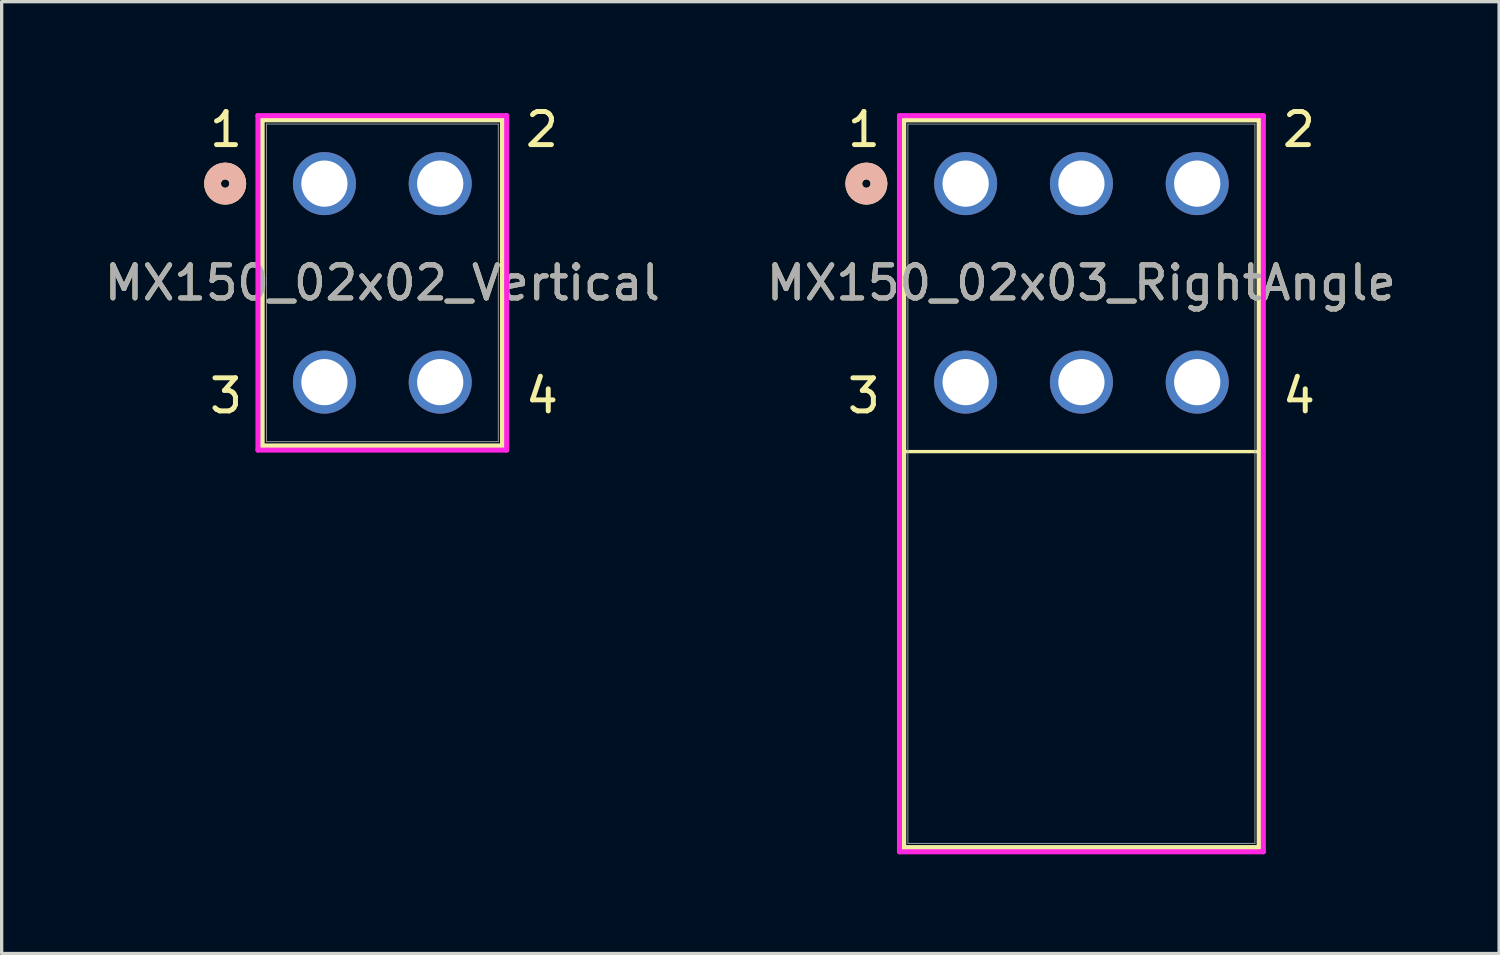
<source format=kicad_pcb>
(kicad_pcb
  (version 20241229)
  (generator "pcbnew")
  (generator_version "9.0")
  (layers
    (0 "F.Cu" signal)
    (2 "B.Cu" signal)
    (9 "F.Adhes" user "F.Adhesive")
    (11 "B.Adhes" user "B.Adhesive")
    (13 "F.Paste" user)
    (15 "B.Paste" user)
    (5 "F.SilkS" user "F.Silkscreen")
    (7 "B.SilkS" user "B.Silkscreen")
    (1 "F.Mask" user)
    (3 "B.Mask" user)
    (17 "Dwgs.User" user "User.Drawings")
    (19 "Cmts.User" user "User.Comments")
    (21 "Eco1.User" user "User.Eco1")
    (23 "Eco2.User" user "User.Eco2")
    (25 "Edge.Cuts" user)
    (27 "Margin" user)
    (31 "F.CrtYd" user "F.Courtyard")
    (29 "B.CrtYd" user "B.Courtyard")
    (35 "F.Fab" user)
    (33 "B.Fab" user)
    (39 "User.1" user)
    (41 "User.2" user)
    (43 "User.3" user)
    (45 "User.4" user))
  (footprint "MX150_02x02_Vertical"
    (layer "F.Cu")
    (at 6.756 2.5)
    (property "Reference" "MX150_02x02_Vertical" (at 1.75 3 0) (unlocked yes) (layer "F.SilkS") (effects (font (size 1 1) (thickness 0.15))))
    (attr through_hole)
    (fp_line (start -1.882 -1.928) (end -1.882 7.928) (stroke (width 0.152) (type solid)) (layer "F.SilkS"))
    (fp_line (start -1.882 7.928) (end 5.382 7.928) (stroke (width 0.152) (type solid)) (layer "F.SilkS"))
    (fp_line (start 5.382 -1.928) (end -1.882 -1.928) (stroke (width 0.152) (type solid)) (layer "F.SilkS"))
    (fp_line (start 5.382 7.928) (end 5.382 -1.928) (stroke (width 0.152) (type solid)) (layer "F.SilkS"))
    (fp_circle (center -3 0) (end -2.619 0) (stroke (width 0.508) (type solid)) (fill no) (layer "F.SilkS"))
    (fp_circle (center -3 0) (end -2.619 0) (stroke (width 0.508) (type solid)) (fill no) (layer "B.SilkS"))
    (fp_line (start -2.009 -2.055) (end -2.009 8.055) (stroke (width 0.152) (type solid)) (layer "F.CrtYd"))
    (fp_line (start -2.009 8.055) (end 5.509 8.055) (stroke (width 0.152) (type solid)) (layer "F.CrtYd"))
    (fp_line (start 5.509 -2.055) (end -2.009 -2.055) (stroke (width 0.152) (type solid)) (layer "F.CrtYd"))
    (fp_line (start 5.509 8.055) (end 5.509 -2.055) (stroke (width 0.152) (type solid)) (layer "F.CrtYd"))
    (fp_line (start -1.755 -1.801) (end -1.755 7.801) (stroke (width 0.025) (type solid)) (layer "F.Fab"))
    (fp_line (start -1.755 7.801) (end 5.255 7.801) (stroke (width 0.025) (type solid)) (layer "F.Fab"))
    (fp_line (start 5.255 -1.801) (end -1.755 -1.801) (stroke (width 0.025) (type solid)) (layer "F.Fab"))
    (fp_line (start 5.255 7.801) (end 5.255 -1.801) (stroke (width 0.025) (type solid)) (layer "F.Fab"))
    (fp_circle (center 0 0) (end 0.381 0) (stroke (width 0.508) (type solid)) (fill no) (layer "F.Fab"))
    (fp_text user "2\n\n\n\n\n4" (at 6 7 0) (unlocked yes) (layer "F.SilkS") (effects (font (size 1 1) (thickness 0.15)) (justify left bottom)))
    (fp_text user "1\n\n\n\n\n3" (at -2.4 7 0) (unlocked yes) (layer "F.SilkS") (effects (font (size 1 1) (thickness 0.15)) (justify right bottom)))
    (fp_text user "${REFERENCE}" (at 1.75 3 0) (unlocked yes) (layer "F.Fab") (effects (font (size 1 1) (thickness 0.15))))
    (pad "1" thru_hole circle (at 0 0) (size 1.905 1.905) (drill 1.397) (layers "*.Cu" "*.Mask"))
    (pad "2" thru_hole circle (at 3.5 0) (size 1.905 1.905) (drill 1.397) (layers "*.Cu" "*.Mask"))
    (pad "3" thru_hole circle (at 0 6) (size 1.905 1.905) (drill 1.397) (layers "*.Cu" "*.Mask"))
    (pad "4" thru_hole circle (at 3.5 6) (size 1.905 1.905) (drill 1.397) (layers "*.Cu" "*.Mask")))
  (footprint "MX150_02x03_RightAngle"
    (layer "F.Cu")
    (at 26.137 2.5)
    (property "Reference" "MX150_02x03_RightAngle" (at 3.5 3 0) (unlocked yes) (layer "F.SilkS") (effects (font (size 1 1) (thickness 0.15))))
    (attr through_hole)
    (fp_line (start -1.872 -1.927) (end -1.872 20.069) (stroke (width 0.152) (type solid)) (layer "F.SilkS"))
    (fp_line (start -1.872 20.069) (end 8.872 20.069) (stroke (width 0.152) (type solid)) (layer "F.SilkS"))
    (fp_line (start 8.872 -1.927) (end -1.872 -1.927) (stroke (width 0.152) (type solid)) (layer "F.SilkS"))
    (fp_line (start 8.872 20.069) (end 8.872 -1.927) (stroke (width 0.152) (type solid)) (layer "F.SilkS"))
    (fp_rect (start -1.872 -1.927) (end 8.877 8.1) (stroke (width 0.1) (type default)) (fill no) (layer "F.SilkS"))
    (fp_circle (center -3 0) (end -2.619 0) (stroke (width 0.508) (type solid)) (fill no) (layer "F.SilkS"))
    (fp_circle (center -3 0) (end -2.619 0) (stroke (width 0.508) (type solid)) (fill no) (layer "B.SilkS"))
    (fp_line (start -1.999 -2.054) (end -1.999 20.196) (stroke (width 0.152) (type solid)) (layer "F.CrtYd"))
    (fp_line (start -1.999 20.196) (end 8.999 20.196) (stroke (width 0.152) (type solid)) (layer "F.CrtYd"))
    (fp_line (start 8.999 -2.054) (end -1.999 -2.054) (stroke (width 0.152) (type solid)) (layer "F.CrtYd"))
    (fp_line (start 8.999 20.196) (end 8.999 -2.054) (stroke (width 0.152) (type solid)) (layer "F.CrtYd"))
    (fp_line (start -1.745 -1.8) (end -1.745 19.942) (stroke (width 0.025) (type solid)) (layer "F.Fab"))
    (fp_line (start -1.745 19.942) (end 8.745 19.942) (stroke (width 0.025) (type solid)) (layer "F.Fab"))
    (fp_line (start 8.745 -1.8) (end -1.745 -1.8) (stroke (width 0.025) (type solid)) (layer "F.Fab"))
    (fp_line (start 8.745 19.942) (end 8.745 -1.8) (stroke (width 0.025) (type solid)) (layer "F.Fab"))
    (fp_circle (center 0 0) (end 0.381 0) (stroke (width 0.508) (type solid)) (fill no) (layer "F.Fab"))
    (fp_text user "1\n\n\n\n\n3" (at -2.5 7 0) (unlocked yes) (layer "F.SilkS") (effects (font (size 1 1) (thickness 0.15)) (justify right bottom)))
    (fp_text user "2\n\n\n\n\n4" (at 9.5 7 0) (unlocked yes) (layer "F.SilkS") (effects (font (size 1 1) (thickness 0.15)) (justify left bottom)))
    (fp_text user "${REFERENCE}" (at 3.5 3 0) (unlocked yes) (layer "F.Fab") (effects (font (size 1 1) (thickness 0.15))))
    (pad "1" thru_hole circle (at 0 0) (size 1.905 1.905) (drill 1.397) (layers "*.Cu" "*.Mask"))
    (pad "2" thru_hole circle (at 3.5 0) (size 1.905 1.905) (drill 1.397) (layers "*.Cu" "*.Mask"))
    (pad "3" thru_hole circle (at 7 0) (size 1.905 1.905) (drill 1.397) (layers "*.Cu" "*.Mask"))
    (pad "4" thru_hole circle (at 0 6) (size 1.905 1.905) (drill 1.397) (layers "*.Cu" "*.Mask"))
    (pad "5" thru_hole circle (at 3.5 6) (size 1.905 1.905) (drill 1.397) (layers "*.Cu" "*.Mask"))
    (pad "6" thru_hole circle (at 7 6) (size 1.905 1.905) (drill 1.397) (layers "*.Cu" "*.Mask")))
  (gr_rect
    (start -3 -3)
    (end 42.262 25.772)
    (stroke (width 0.1) (type default))
    (fill no)
    (layer "Edge.Cuts")))
</source>
